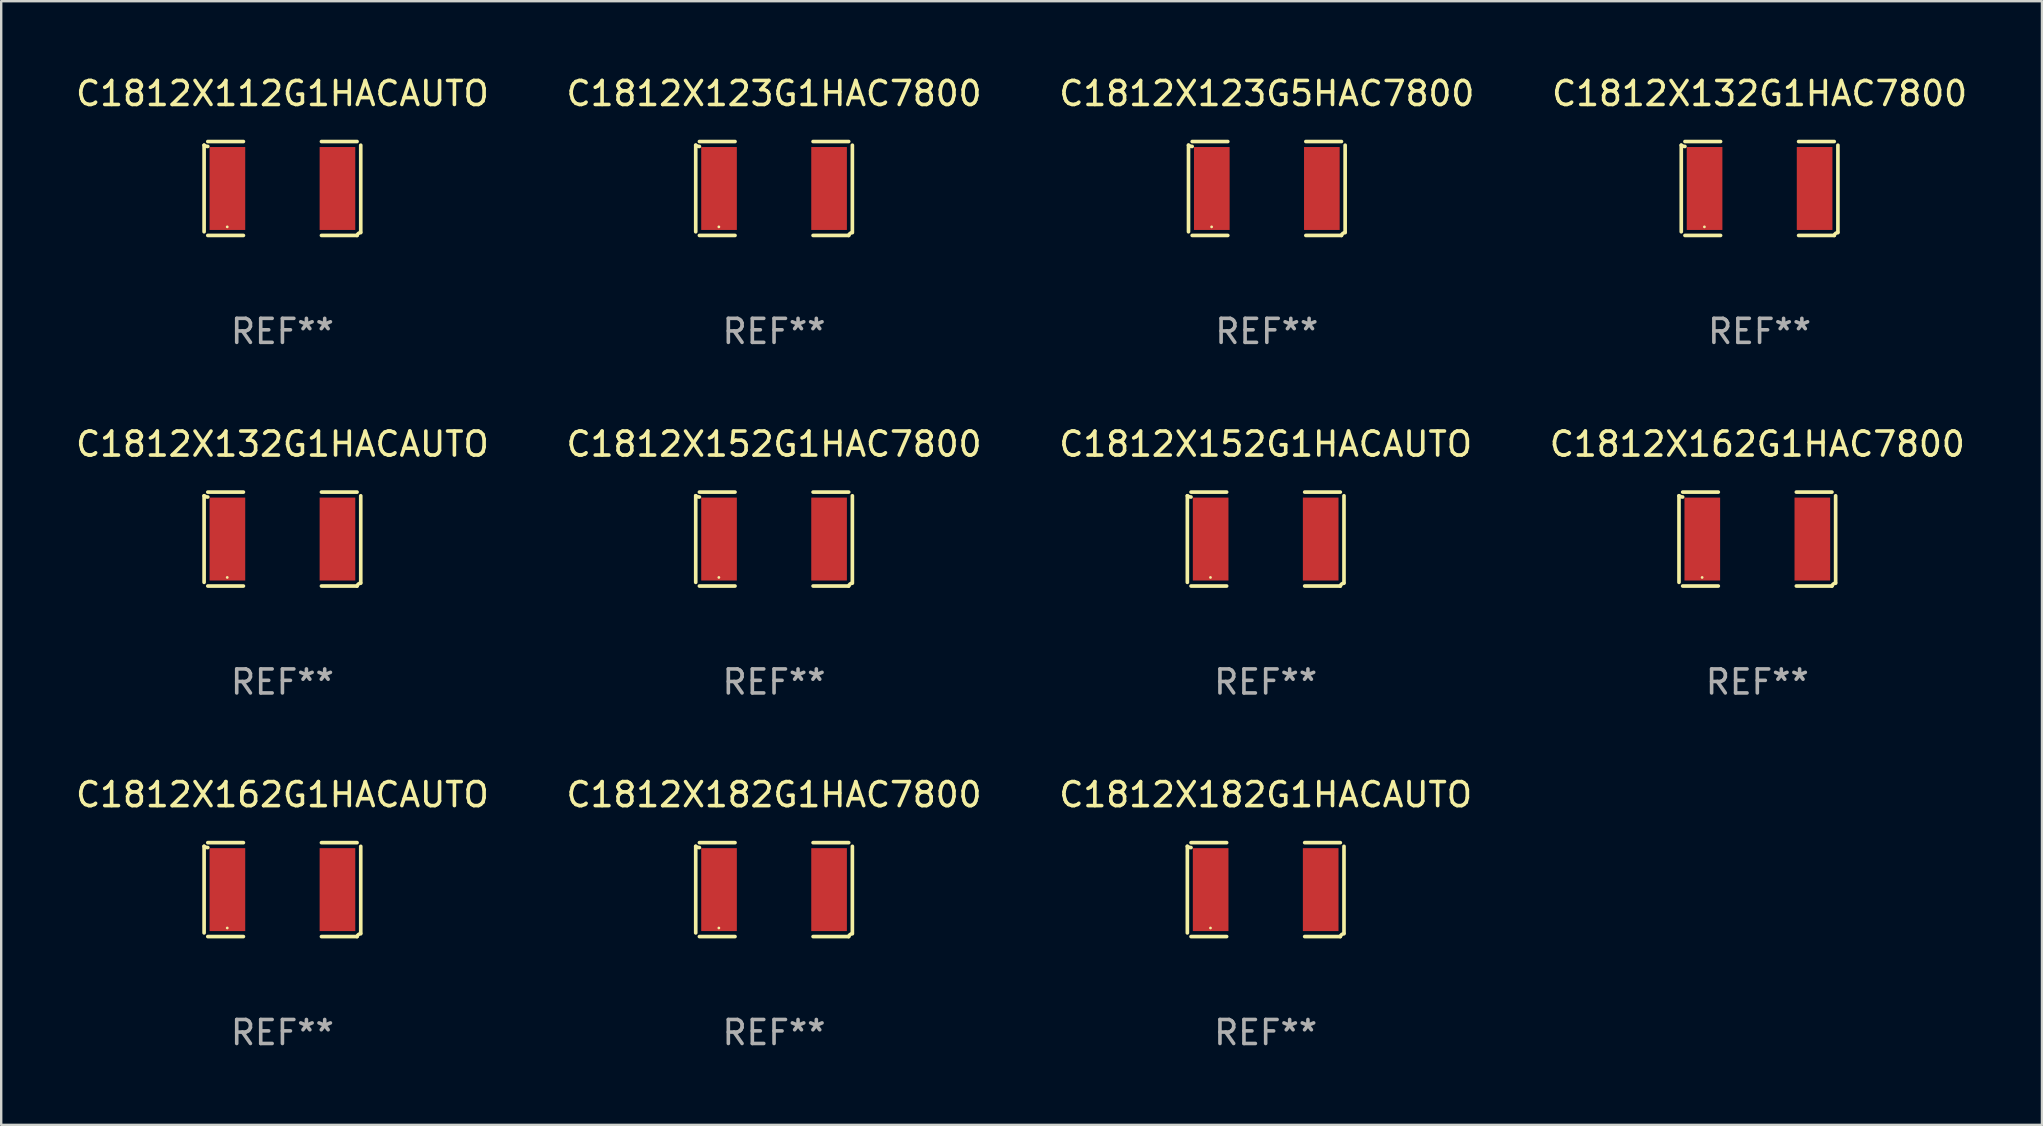
<source format=kicad_pcb>
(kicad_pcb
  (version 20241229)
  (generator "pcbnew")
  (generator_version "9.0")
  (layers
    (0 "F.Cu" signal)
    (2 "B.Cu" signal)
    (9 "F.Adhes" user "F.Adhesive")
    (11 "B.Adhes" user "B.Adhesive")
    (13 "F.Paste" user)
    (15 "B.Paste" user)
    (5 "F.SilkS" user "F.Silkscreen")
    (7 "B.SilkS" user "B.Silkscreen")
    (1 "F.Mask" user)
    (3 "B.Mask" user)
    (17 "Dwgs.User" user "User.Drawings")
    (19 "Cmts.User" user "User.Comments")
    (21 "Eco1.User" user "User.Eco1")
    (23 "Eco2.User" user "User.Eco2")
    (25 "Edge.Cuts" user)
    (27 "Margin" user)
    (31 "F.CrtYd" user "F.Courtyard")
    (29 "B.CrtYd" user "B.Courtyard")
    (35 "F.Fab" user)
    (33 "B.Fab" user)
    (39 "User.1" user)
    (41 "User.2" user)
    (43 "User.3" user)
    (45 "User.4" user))
  (footprint "C1812X152G1HACAUTO"
    (layer "F.Cu")
    (at 49.696 19.415)
    (property "Reference" "C1812X152G1HACAUTO" (at 0 -3.957 0) (layer "F.SilkS") (effects (font (size 1 1) (thickness 0.15))))
    (attr through_hole)
    (fp_line (start -3.264 1.804) (end -3.264 -1.804) (stroke (width 0.152) (type solid)) (layer "F.SilkS"))
    (fp_line (start -3.111 -1.957) (end -1.626 -1.957) (stroke (width 0.152) (type solid)) (layer "F.SilkS"))
    (fp_line (start -1.626 1.957) (end -3.111 1.957) (stroke (width 0.152) (type solid)) (layer "F.SilkS"))
    (fp_line (start 1.626 1.957) (end 3.111 1.957) (stroke (width 0.152) (type solid)) (layer "F.SilkS"))
    (fp_line (start 3.111 -1.957) (end 1.626 -1.957) (stroke (width 0.152) (type solid)) (layer "F.SilkS"))
    (fp_line (start 3.264 1.804) (end 3.264 -1.804) (stroke (width 0.152) (type solid)) (layer "F.SilkS"))
    (fp_arc (start -3.111202 -1.752192) (mid -3.191715 -1.76555) (end -3.263602 -1.804191) (stroke (width 0.1524) (type solid)) (layer "F.SilkS"))
    (fp_arc (start 3.111201 1.956591) (mid 3.167789 1.872777) (end 3.263602 1.840424) (stroke (width 0.1524) (type solid)) (layer "F.SilkS"))
    (fp_circle (center -2.3 1.6) (end -2.27 1.6) (stroke (width 0.06) (type solid)) (fill no) (layer "F.SilkS"))
    (fp_text user "REF**" (at 0 5.957 0) (layer "F.Fab") (effects (font (size 1 1) (thickness 0.15))))
    (pad "1" smd rect (at -2.293 0) (size 1.485 3.456) (layers "F.Cu" "F.Mask" "F.Paste"))
    (pad "2" smd rect (at 2.293 0) (size 1.485 3.456) (layers "F.Cu" "F.Mask" "F.Paste")))
  (footprint "C1812X182G1HAC7800"
    (layer "F.Cu")
    (at 29.208 34.024)
    (property "Reference" "C1812X182G1HAC7800" (at 0 -3.957 0) (layer "F.SilkS") (effects (font (size 1 1) (thickness 0.15))))
    (attr through_hole)
    (fp_line (start -3.264 1.804) (end -3.264 -1.804) (stroke (width 0.152) (type solid)) (layer "F.SilkS"))
    (fp_line (start -3.111 -1.957) (end -1.626 -1.957) (stroke (width 0.152) (type solid)) (layer "F.SilkS"))
    (fp_line (start -1.626 1.957) (end -3.111 1.957) (stroke (width 0.152) (type solid)) (layer "F.SilkS"))
    (fp_line (start 1.626 1.957) (end 3.111 1.957) (stroke (width 0.152) (type solid)) (layer "F.SilkS"))
    (fp_line (start 3.111 -1.957) (end 1.626 -1.957) (stroke (width 0.152) (type solid)) (layer "F.SilkS"))
    (fp_line (start 3.264 1.804) (end 3.264 -1.804) (stroke (width 0.152) (type solid)) (layer "F.SilkS"))
    (fp_arc (start -3.111202 -1.752192) (mid -3.191715 -1.76555) (end -3.263602 -1.804191) (stroke (width 0.1524) (type solid)) (layer "F.SilkS"))
    (fp_arc (start 3.111201 1.956591) (mid 3.167789 1.872777) (end 3.263602 1.840424) (stroke (width 0.1524) (type solid)) (layer "F.SilkS"))
    (fp_circle (center -2.3 1.6) (end -2.27 1.6) (stroke (width 0.06) (type solid)) (fill no) (layer "F.SilkS"))
    (fp_text user "REF**" (at 0 5.957 0) (layer "F.Fab") (effects (font (size 1 1) (thickness 0.15))))
    (pad "1" smd rect (at -2.293 0) (size 1.485 3.456) (layers "F.Cu" "F.Mask" "F.Paste"))
    (pad "2" smd rect (at 2.293 0) (size 1.485 3.456) (layers "F.Cu" "F.Mask" "F.Paste")))
  (footprint "C1812X132G1HACAUTO"
    (layer "F.Cu")
    (at 8.72 19.415)
    (property "Reference" "C1812X132G1HACAUTO" (at 0 -3.957 0) (layer "F.SilkS") (effects (font (size 1 1) (thickness 0.15))))
    (attr through_hole)
    (fp_line (start -3.264 1.804) (end -3.264 -1.804) (stroke (width 0.152) (type solid)) (layer "F.SilkS"))
    (fp_line (start -3.111 -1.957) (end -1.626 -1.957) (stroke (width 0.152) (type solid)) (layer "F.SilkS"))
    (fp_line (start -1.626 1.957) (end -3.111 1.957) (stroke (width 0.152) (type solid)) (layer "F.SilkS"))
    (fp_line (start 1.626 1.957) (end 3.111 1.957) (stroke (width 0.152) (type solid)) (layer "F.SilkS"))
    (fp_line (start 3.111 -1.957) (end 1.626 -1.957) (stroke (width 0.152) (type solid)) (layer "F.SilkS"))
    (fp_line (start 3.264 1.804) (end 3.264 -1.804) (stroke (width 0.152) (type solid)) (layer "F.SilkS"))
    (fp_arc (start -3.111202 -1.752192) (mid -3.191715 -1.76555) (end -3.263602 -1.804191) (stroke (width 0.1524) (type solid)) (layer "F.SilkS"))
    (fp_arc (start 3.111201 1.956591) (mid 3.167789 1.872777) (end 3.263602 1.840424) (stroke (width 0.1524) (type solid)) (layer "F.SilkS"))
    (fp_circle (center -2.3 1.6) (end -2.27 1.6) (stroke (width 0.06) (type solid)) (fill no) (layer "F.SilkS"))
    (fp_text user "REF**" (at 0 5.957 0) (layer "F.Fab") (effects (font (size 1 1) (thickness 0.15))))
    (pad "1" smd rect (at -2.293 0) (size 1.485 3.456) (layers "F.Cu" "F.Mask" "F.Paste"))
    (pad "2" smd rect (at 2.293 0) (size 1.485 3.456) (layers "F.Cu" "F.Mask" "F.Paste")))
  (footprint "C1812X152G1HAC7800"
    (layer "F.Cu")
    (at 29.208 19.415)
    (property "Reference" "C1812X152G1HAC7800" (at 0 -3.957 0) (layer "F.SilkS") (effects (font (size 1 1) (thickness 0.15))))
    (attr through_hole)
    (fp_line (start -3.264 1.804) (end -3.264 -1.804) (stroke (width 0.152) (type solid)) (layer "F.SilkS"))
    (fp_line (start -3.111 -1.957) (end -1.626 -1.957) (stroke (width 0.152) (type solid)) (layer "F.SilkS"))
    (fp_line (start -1.626 1.957) (end -3.111 1.957) (stroke (width 0.152) (type solid)) (layer "F.SilkS"))
    (fp_line (start 1.626 1.957) (end 3.111 1.957) (stroke (width 0.152) (type solid)) (layer "F.SilkS"))
    (fp_line (start 3.111 -1.957) (end 1.626 -1.957) (stroke (width 0.152) (type solid)) (layer "F.SilkS"))
    (fp_line (start 3.264 1.804) (end 3.264 -1.804) (stroke (width 0.152) (type solid)) (layer "F.SilkS"))
    (fp_arc (start -3.111202 -1.752192) (mid -3.191715 -1.76555) (end -3.263602 -1.804191) (stroke (width 0.1524) (type solid)) (layer "F.SilkS"))
    (fp_arc (start 3.111201 1.956591) (mid 3.167789 1.872777) (end 3.263602 1.840424) (stroke (width 0.1524) (type solid)) (layer "F.SilkS"))
    (fp_circle (center -2.3 1.6) (end -2.27 1.6) (stroke (width 0.06) (type solid)) (fill no) (layer "F.SilkS"))
    (fp_text user "REF**" (at 0 5.957 0) (layer "F.Fab") (effects (font (size 1 1) (thickness 0.15))))
    (pad "1" smd rect (at -2.293 0) (size 1.485 3.456) (layers "F.Cu" "F.Mask" "F.Paste"))
    (pad "2" smd rect (at 2.293 0) (size 1.485 3.456) (layers "F.Cu" "F.Mask" "F.Paste")))
  (footprint "C1812X112G1HACAUTO"
    (layer "F.Cu")
    (at 8.72 4.805)
    (property "Reference" "C1812X112G1HACAUTO" (at 0 -3.957 0) (layer "F.SilkS") (effects (font (size 1 1) (thickness 0.15))))
    (attr through_hole)
    (fp_line (start -3.264 1.804) (end -3.264 -1.804) (stroke (width 0.152) (type solid)) (layer "F.SilkS"))
    (fp_line (start -3.111 -1.957) (end -1.626 -1.957) (stroke (width 0.152) (type solid)) (layer "F.SilkS"))
    (fp_line (start -1.626 1.957) (end -3.111 1.957) (stroke (width 0.152) (type solid)) (layer "F.SilkS"))
    (fp_line (start 1.626 1.957) (end 3.111 1.957) (stroke (width 0.152) (type solid)) (layer "F.SilkS"))
    (fp_line (start 3.111 -1.957) (end 1.626 -1.957) (stroke (width 0.152) (type solid)) (layer "F.SilkS"))
    (fp_line (start 3.264 1.804) (end 3.264 -1.804) (stroke (width 0.152) (type solid)) (layer "F.SilkS"))
    (fp_arc (start -3.111202 -1.752192) (mid -3.191715 -1.76555) (end -3.263602 -1.804191) (stroke (width 0.1524) (type solid)) (layer "F.SilkS"))
    (fp_arc (start 3.111201 1.956591) (mid 3.167789 1.872777) (end 3.263602 1.840424) (stroke (width 0.1524) (type solid)) (layer "F.SilkS"))
    (fp_circle (center -2.3 1.6) (end -2.27 1.6) (stroke (width 0.06) (type solid)) (fill no) (layer "F.SilkS"))
    (fp_text user "REF**" (at 0 5.957 0) (layer "F.Fab") (effects (font (size 1 1) (thickness 0.15))))
    (pad "1" smd rect (at -2.293 0) (size 1.485 3.456) (layers "F.Cu" "F.Mask" "F.Paste"))
    (pad "2" smd rect (at 2.293 0) (size 1.485 3.456) (layers "F.Cu" "F.Mask" "F.Paste")))
  (footprint "C1812X182G1HACAUTO"
    (layer "F.Cu")
    (at 49.696 34.024)
    (property "Reference" "C1812X182G1HACAUTO" (at 0 -3.957 0) (layer "F.SilkS") (effects (font (size 1 1) (thickness 0.15))))
    (attr through_hole)
    (fp_line (start -3.264 1.804) (end -3.264 -1.804) (stroke (width 0.152) (type solid)) (layer "F.SilkS"))
    (fp_line (start -3.111 -1.957) (end -1.626 -1.957) (stroke (width 0.152) (type solid)) (layer "F.SilkS"))
    (fp_line (start -1.626 1.957) (end -3.111 1.957) (stroke (width 0.152) (type solid)) (layer "F.SilkS"))
    (fp_line (start 1.626 1.957) (end 3.111 1.957) (stroke (width 0.152) (type solid)) (layer "F.SilkS"))
    (fp_line (start 3.111 -1.957) (end 1.626 -1.957) (stroke (width 0.152) (type solid)) (layer "F.SilkS"))
    (fp_line (start 3.264 1.804) (end 3.264 -1.804) (stroke (width 0.152) (type solid)) (layer "F.SilkS"))
    (fp_arc (start -3.111202 -1.752192) (mid -3.191715 -1.76555) (end -3.263602 -1.804191) (stroke (width 0.1524) (type solid)) (layer "F.SilkS"))
    (fp_arc (start 3.111201 1.956591) (mid 3.167789 1.872777) (end 3.263602 1.840424) (stroke (width 0.1524) (type solid)) (layer "F.SilkS"))
    (fp_circle (center -2.3 1.6) (end -2.27 1.6) (stroke (width 0.06) (type solid)) (fill no) (layer "F.SilkS"))
    (fp_text user "REF**" (at 0 5.957 0) (layer "F.Fab") (effects (font (size 1 1) (thickness 0.15))))
    (pad "1" smd rect (at -2.293 0) (size 1.485 3.456) (layers "F.Cu" "F.Mask" "F.Paste"))
    (pad "2" smd rect (at 2.293 0) (size 1.485 3.456) (layers "F.Cu" "F.Mask" "F.Paste")))
  (footprint "C1812X123G1HAC7800"
    (layer "F.Cu")
    (at 29.208 4.805)
    (property "Reference" "C1812X123G1HAC7800" (at 0 -3.957 0) (layer "F.SilkS") (effects (font (size 1 1) (thickness 0.15))))
    (attr through_hole)
    (fp_line (start -3.264 1.804) (end -3.264 -1.804) (stroke (width 0.152) (type solid)) (layer "F.SilkS"))
    (fp_line (start -3.111 -1.957) (end -1.626 -1.957) (stroke (width 0.152) (type solid)) (layer "F.SilkS"))
    (fp_line (start -1.626 1.957) (end -3.111 1.957) (stroke (width 0.152) (type solid)) (layer "F.SilkS"))
    (fp_line (start 1.626 1.957) (end 3.111 1.957) (stroke (width 0.152) (type solid)) (layer "F.SilkS"))
    (fp_line (start 3.111 -1.957) (end 1.626 -1.957) (stroke (width 0.152) (type solid)) (layer "F.SilkS"))
    (fp_line (start 3.264 1.804) (end 3.264 -1.804) (stroke (width 0.152) (type solid)) (layer "F.SilkS"))
    (fp_arc (start -3.111202 -1.752192) (mid -3.191715 -1.76555) (end -3.263602 -1.804191) (stroke (width 0.1524) (type solid)) (layer "F.SilkS"))
    (fp_arc (start 3.111201 1.956591) (mid 3.167789 1.872777) (end 3.263602 1.840424) (stroke (width 0.1524) (type solid)) (layer "F.SilkS"))
    (fp_circle (center -2.3 1.6) (end -2.27 1.6) (stroke (width 0.06) (type solid)) (fill no) (layer "F.SilkS"))
    (fp_text user "REF**" (at 0 5.957 0) (layer "F.Fab") (effects (font (size 1 1) (thickness 0.15))))
    (pad "1" smd rect (at -2.293 0) (size 1.485 3.456) (layers "F.Cu" "F.Mask" "F.Paste"))
    (pad "2" smd rect (at 2.293 0) (size 1.485 3.456) (layers "F.Cu" "F.Mask" "F.Paste")))
  (footprint "C1812X132G1HAC7800"
    (layer "F.Cu")
    (at 70.28 4.805)
    (property "Reference" "C1812X132G1HAC7800" (at 0 -3.957 0) (layer "F.SilkS") (effects (font (size 1 1) (thickness 0.15))))
    (attr through_hole)
    (fp_line (start -3.264 1.804) (end -3.264 -1.804) (stroke (width 0.152) (type solid)) (layer "F.SilkS"))
    (fp_line (start -3.111 -1.957) (end -1.626 -1.957) (stroke (width 0.152) (type solid)) (layer "F.SilkS"))
    (fp_line (start -1.626 1.957) (end -3.111 1.957) (stroke (width 0.152) (type solid)) (layer "F.SilkS"))
    (fp_line (start 1.626 1.957) (end 3.111 1.957) (stroke (width 0.152) (type solid)) (layer "F.SilkS"))
    (fp_line (start 3.111 -1.957) (end 1.626 -1.957) (stroke (width 0.152) (type solid)) (layer "F.SilkS"))
    (fp_line (start 3.264 1.804) (end 3.264 -1.804) (stroke (width 0.152) (type solid)) (layer "F.SilkS"))
    (fp_arc (start -3.111202 -1.752192) (mid -3.191715 -1.76555) (end -3.263602 -1.804191) (stroke (width 0.1524) (type solid)) (layer "F.SilkS"))
    (fp_arc (start 3.111201 1.956591) (mid 3.167789 1.872777) (end 3.263602 1.840424) (stroke (width 0.1524) (type solid)) (layer "F.SilkS"))
    (fp_circle (center -2.3 1.6) (end -2.27 1.6) (stroke (width 0.06) (type solid)) (fill no) (layer "F.SilkS"))
    (fp_text user "REF**" (at 0 5.957 0) (layer "F.Fab") (effects (font (size 1 1) (thickness 0.15))))
    (pad "1" smd rect (at -2.293 0) (size 1.485 3.456) (layers "F.Cu" "F.Mask" "F.Paste"))
    (pad "2" smd rect (at 2.293 0) (size 1.485 3.456) (layers "F.Cu" "F.Mask" "F.Paste")))
  (footprint "C1812X162G1HACAUTO"
    (layer "F.Cu")
    (at 8.72 34.024)
    (property "Reference" "C1812X162G1HACAUTO" (at 0 -3.957 0) (layer "F.SilkS") (effects (font (size 1 1) (thickness 0.15))))
    (attr through_hole)
    (fp_line (start -3.264 1.804) (end -3.264 -1.804) (stroke (width 0.152) (type solid)) (layer "F.SilkS"))
    (fp_line (start -3.111 -1.957) (end -1.626 -1.957) (stroke (width 0.152) (type solid)) (layer "F.SilkS"))
    (fp_line (start -1.626 1.957) (end -3.111 1.957) (stroke (width 0.152) (type solid)) (layer "F.SilkS"))
    (fp_line (start 1.626 1.957) (end 3.111 1.957) (stroke (width 0.152) (type solid)) (layer "F.SilkS"))
    (fp_line (start 3.111 -1.957) (end 1.626 -1.957) (stroke (width 0.152) (type solid)) (layer "F.SilkS"))
    (fp_line (start 3.264 1.804) (end 3.264 -1.804) (stroke (width 0.152) (type solid)) (layer "F.SilkS"))
    (fp_arc (start -3.111202 -1.752192) (mid -3.191715 -1.76555) (end -3.263602 -1.804191) (stroke (width 0.1524) (type solid)) (layer "F.SilkS"))
    (fp_arc (start 3.111201 1.956591) (mid 3.167789 1.872777) (end 3.263602 1.840424) (stroke (width 0.1524) (type solid)) (layer "F.SilkS"))
    (fp_circle (center -2.3 1.6) (end -2.27 1.6) (stroke (width 0.06) (type solid)) (fill no) (layer "F.SilkS"))
    (fp_text user "REF**" (at 0 5.957 0) (layer "F.Fab") (effects (font (size 1 1) (thickness 0.15))))
    (pad "1" smd rect (at -2.293 0) (size 1.485 3.456) (layers "F.Cu" "F.Mask" "F.Paste"))
    (pad "2" smd rect (at 2.293 0) (size 1.485 3.456) (layers "F.Cu" "F.Mask" "F.Paste")))
  (footprint "C1812X162G1HAC7800"
    (layer "F.Cu")
    (at 70.185 19.415)
    (property "Reference" "C1812X162G1HAC7800" (at 0 -3.957 0) (layer "F.SilkS") (effects (font (size 1 1) (thickness 0.15))))
    (attr through_hole)
    (fp_line (start -3.264 1.804) (end -3.264 -1.804) (stroke (width 0.152) (type solid)) (layer "F.SilkS"))
    (fp_line (start -3.111 -1.957) (end -1.626 -1.957) (stroke (width 0.152) (type solid)) (layer "F.SilkS"))
    (fp_line (start -1.626 1.957) (end -3.111 1.957) (stroke (width 0.152) (type solid)) (layer "F.SilkS"))
    (fp_line (start 1.626 1.957) (end 3.111 1.957) (stroke (width 0.152) (type solid)) (layer "F.SilkS"))
    (fp_line (start 3.111 -1.957) (end 1.626 -1.957) (stroke (width 0.152) (type solid)) (layer "F.SilkS"))
    (fp_line (start 3.264 1.804) (end 3.264 -1.804) (stroke (width 0.152) (type solid)) (layer "F.SilkS"))
    (fp_arc (start -3.111202 -1.752192) (mid -3.191715 -1.76555) (end -3.263602 -1.804191) (stroke (width 0.1524) (type solid)) (layer "F.SilkS"))
    (fp_arc (start 3.111201 1.956591) (mid 3.167789 1.872777) (end 3.263602 1.840424) (stroke (width 0.1524) (type solid)) (layer "F.SilkS"))
    (fp_circle (center -2.3 1.6) (end -2.27 1.6) (stroke (width 0.06) (type solid)) (fill no) (layer "F.SilkS"))
    (fp_text user "REF**" (at 0 5.957 0) (layer "F.Fab") (effects (font (size 1 1) (thickness 0.15))))
    (pad "1" smd rect (at -2.293 0) (size 1.485 3.456) (layers "F.Cu" "F.Mask" "F.Paste"))
    (pad "2" smd rect (at 2.293 0) (size 1.485 3.456) (layers "F.Cu" "F.Mask" "F.Paste")))
  (footprint "C1812X123G5HAC7800"
    (layer "F.Cu")
    (at 49.744 4.805)
    (property "Reference" "C1812X123G5HAC7800" (at 0 -3.957 0) (layer "F.SilkS") (effects (font (size 1 1) (thickness 0.15))))
    (attr through_hole)
    (fp_line (start -3.264 1.804) (end -3.264 -1.804) (stroke (width 0.152) (type solid)) (layer "F.SilkS"))
    (fp_line (start -3.111 -1.957) (end -1.626 -1.957) (stroke (width 0.152) (type solid)) (layer "F.SilkS"))
    (fp_line (start -1.626 1.957) (end -3.111 1.957) (stroke (width 0.152) (type solid)) (layer "F.SilkS"))
    (fp_line (start 1.626 1.957) (end 3.111 1.957) (stroke (width 0.152) (type solid)) (layer "F.SilkS"))
    (fp_line (start 3.111 -1.957) (end 1.626 -1.957) (stroke (width 0.152) (type solid)) (layer "F.SilkS"))
    (fp_line (start 3.264 1.804) (end 3.264 -1.804) (stroke (width 0.152) (type solid)) (layer "F.SilkS"))
    (fp_arc (start -3.111202 -1.752192) (mid -3.191715 -1.76555) (end -3.263602 -1.804191) (stroke (width 0.1524) (type solid)) (layer "F.SilkS"))
    (fp_arc (start 3.111201 1.956591) (mid 3.167789 1.872777) (end 3.263602 1.840424) (stroke (width 0.1524) (type solid)) (layer "F.SilkS"))
    (fp_circle (center -2.3 1.6) (end -2.27 1.6) (stroke (width 0.06) (type solid)) (fill no) (layer "F.SilkS"))
    (fp_text user "REF**" (at 0 5.957 0) (layer "F.Fab") (effects (font (size 1 1) (thickness 0.15))))
    (pad "1" smd rect (at -2.293 0) (size 1.485 3.456) (layers "F.Cu" "F.Mask" "F.Paste"))
    (pad "2" smd rect (at 2.293 0) (size 1.485 3.456) (layers "F.Cu" "F.Mask" "F.Paste")))
  (gr_rect
    (start -3 -3)
    (end 82.048 43.829)
    (stroke (width 0.1) (type default))
    (fill no)
    (layer "Edge.Cuts")))
</source>
